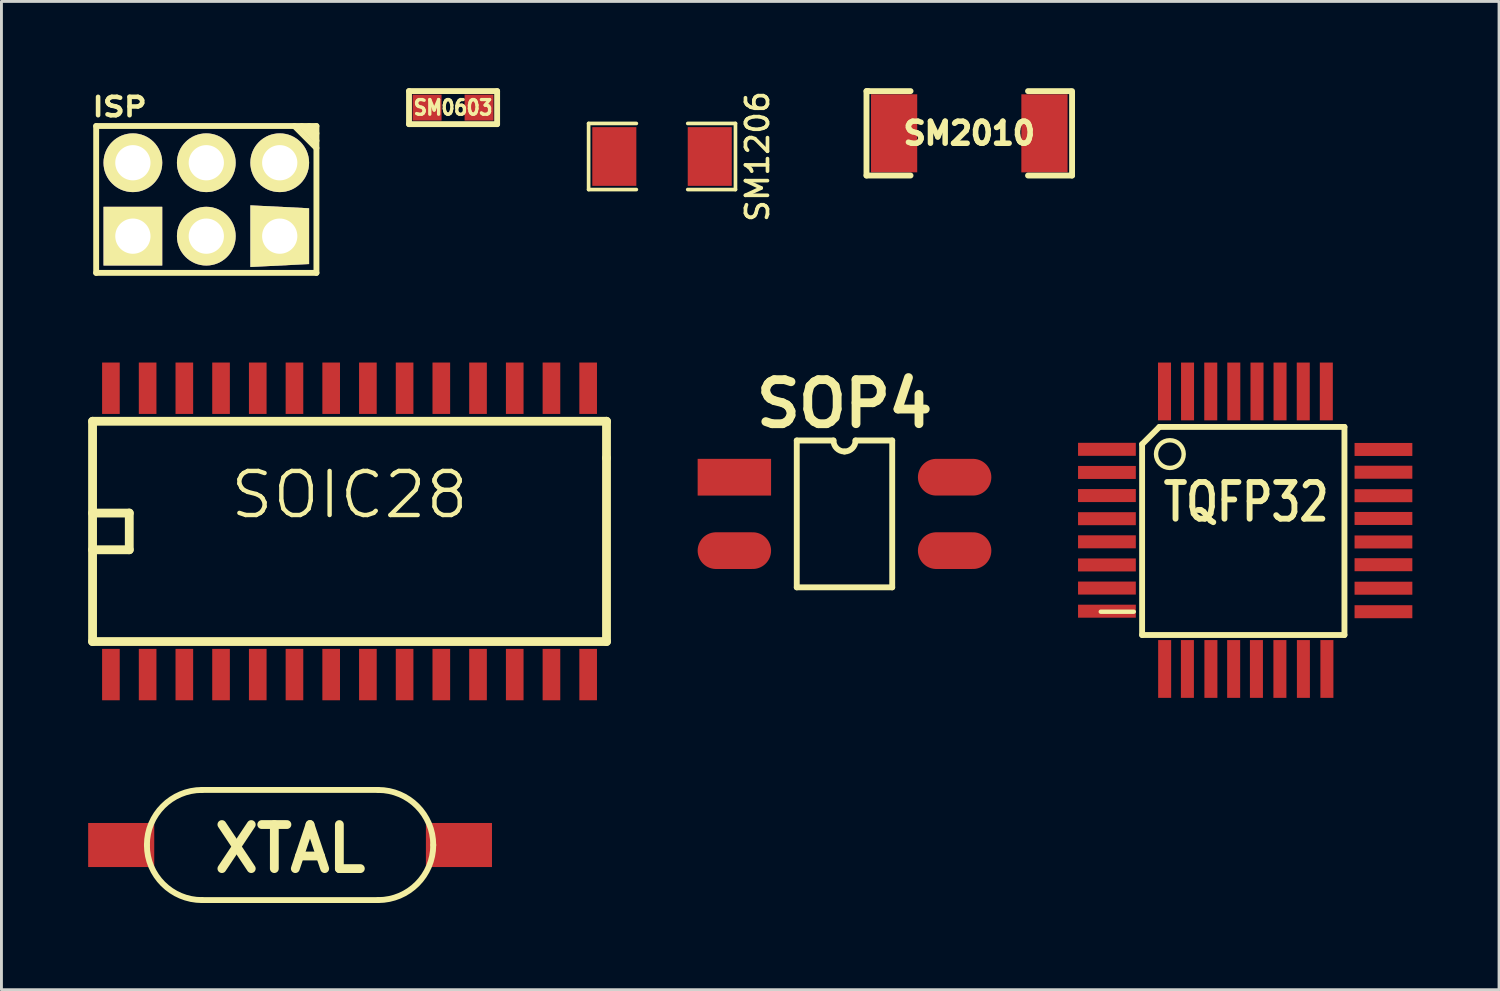
<source format=kicad_pcb>
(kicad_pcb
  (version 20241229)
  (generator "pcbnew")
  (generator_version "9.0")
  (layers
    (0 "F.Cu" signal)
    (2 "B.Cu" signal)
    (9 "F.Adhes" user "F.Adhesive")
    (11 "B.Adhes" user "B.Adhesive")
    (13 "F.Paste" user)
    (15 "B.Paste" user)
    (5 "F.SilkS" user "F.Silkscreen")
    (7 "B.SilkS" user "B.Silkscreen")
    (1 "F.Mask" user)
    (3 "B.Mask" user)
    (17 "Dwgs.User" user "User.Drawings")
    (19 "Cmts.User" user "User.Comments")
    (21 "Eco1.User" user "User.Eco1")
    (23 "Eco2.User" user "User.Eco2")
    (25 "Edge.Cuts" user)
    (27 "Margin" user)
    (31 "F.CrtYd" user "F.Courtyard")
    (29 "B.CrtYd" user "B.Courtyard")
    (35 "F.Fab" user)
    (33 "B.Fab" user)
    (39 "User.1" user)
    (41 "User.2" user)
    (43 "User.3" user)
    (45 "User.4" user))
  (footprint "SM2010"
    (layer "F.Cu")
    (at 30.482 1.562)
    (property "Reference" "SM2010" (at 0 0 0) (layer "F.SilkS") (effects (font (size 0.762 0.762) (thickness 0.191))))
    (attr through_hole)
    (fp_line (start -3.556 1.46) (end -3.556 -1.46) (stroke (width 0.203) (type solid)) (layer "F.SilkS"))
    (fp_line (start -3.493 -1.46) (end -3.556 -1.46) (stroke (width 0.203) (type solid)) (layer "F.SilkS"))
    (fp_line (start -2.032 -1.46) (end -3.493 -1.46) (stroke (width 0.203) (type solid)) (layer "F.SilkS"))
    (fp_line (start -2.032 1.46) (end -3.556 1.46) (stroke (width 0.203) (type solid)) (layer "F.SilkS"))
    (fp_line (start 2.032 -1.46) (end 3.493 -1.46) (stroke (width 0.203) (type solid)) (layer "F.SilkS"))
    (fp_line (start 3.556 -1.46) (end 3.556 1.46) (stroke (width 0.203) (type solid)) (layer "F.SilkS"))
    (fp_line (start 3.556 1.46) (end 2.032 1.46) (stroke (width 0.203) (type solid)) (layer "F.SilkS"))
    (pad "1" smd rect (at -2.601 0) (size 1.6 2.7) (layers "F.Cu" "F.Mask" "F.Paste"))
    (pad "2" smd rect (at 2.601 0) (size 1.6 2.7) (layers "F.Cu" "F.Mask" "F.Paste")))
  (footprint "ISP"
    (layer "F.Cu")
    (at 4.087 3.85)
    (property "Reference" "ISP" (at -3 -3.2 0) (layer "F.SilkS") (effects (font (size 0.635 0.762) (thickness 0.16))))
    (attr through_hole)
    (fp_line (start -3.81 -2.54) (end 3.81 -2.54) (stroke (width 0.203) (type solid)) (layer "F.SilkS"))
    (fp_line (start -3.81 2.54) (end -3.81 -2.54) (stroke (width 0.203) (type solid)) (layer "F.SilkS"))
    (fp_line (start 3.048 -2.54) (end 3.81 -1.778) (stroke (width 0.203) (type solid)) (layer "F.SilkS"))
    (fp_line (start 3.556 -2.54) (end 3.81 -2.286) (stroke (width 0.203) (type solid)) (layer "F.SilkS"))
    (fp_line (start 3.81 -2.54) (end 3.81 2.54) (stroke (width 0.203) (type solid)) (layer "F.SilkS"))
    (fp_line (start 3.81 -2.032) (end 3.302 -2.54) (stroke (width 0.203) (type solid)) (layer "F.SilkS"))
    (fp_line (start 3.81 2.54) (end -3.81 2.54) (stroke (width 0.203) (type solid)) (layer "F.SilkS"))
    (pad "2" thru_hole circle (at -2.54 -1.27) (size 2.032 2.032) (drill 1.219) (layers "*.Cu" "*.Mask" "F.SilkS"))
    (pad "4" thru_hole circle (at 0 1.27) (size 2.032 2.032) (drill 1.219) (layers "*.Cu" "*.Mask" "F.SilkS"))
    (pad "6" thru_hole circle (at 2.54 -1.27) (size 2.032 2.032) (drill 1.219) (layers "*.Cu" "*.Mask" "F.SilkS"))
    (pad "8" thru_hole circle (at 0 -1.27) (size 2.032 2.032) (drill 1.219) (layers "*.Cu" "*.Mask" "F.SilkS"))
    (pad "9" thru_hole trapezoid (at 2.54 1.27) (size 2.032 2.032) (rect_delta 0.102 0) (drill 1.219) (layers "*.Cu" "*.Mask" "F.SilkS"))
    (pad "10" thru_hole rect (at -2.54 1.27) (size 2.032 2.032) (drill 1.219) (layers "*.Cu" "*.Mask" "F.SilkS")))
  (footprint "XTAL"
    (layer "F.Cu")
    (at 4.445 26.183)
    (property "Reference" "XTAL" (at 2.54 0.127 0) (layer "F.SilkS") (effects (font (size 1.524 1.524) (thickness 0.305))))
    (attr through_hole)
    (fp_line (start -0.508 -1.905) (end 5.588 -1.905) (stroke (width 0.203) (type solid)) (layer "F.SilkS"))
    (fp_line (start -0.508 1.905) (end 5.588 1.905) (stroke (width 0.203) (type solid)) (layer "F.SilkS"))
    (fp_arc (start -2.413 0) (mid -1.855038 -1.347038) (end -0.508 -1.905) (stroke (width 0.2032) (type solid)) (layer "F.SilkS"))
    (fp_arc (start -0.508 1.905) (mid -1.855038 1.347038) (end -2.413 0) (stroke (width 0.2032) (type solid)) (layer "F.SilkS"))
    (fp_arc (start 5.588 -1.905) (mid 6.935038 -1.347038) (end 7.493 0) (stroke (width 0.2032) (type solid)) (layer "F.SilkS"))
    (fp_arc (start 7.493 0) (mid 6.935038 1.347038) (end 5.588 1.905) (stroke (width 0.2032) (type solid)) (layer "F.SilkS"))
    (pad "1" smd rect (at -3.302 0) (size 2.286 1.524) (layers "F.Cu" "F.Mask" "F.Paste"))
    (pad "2" smd rect (at 8.382 0) (size 2.286 1.524) (layers "F.Cu" "F.Mask" "F.Paste")))
  (footprint "SM0603"
    (layer "F.Cu")
    (at 12.624 0.673)
    (property "Reference" "SM0603" (at 0 0 0) (layer "F.SilkS") (effects (font (size 0.508 0.457) (thickness 0.114))))
    (attr smd)
    (fp_line (start -1.524 -0.572) (end -1.524 0.572) (stroke (width 0.203) (type solid)) (layer "F.SilkS"))
    (fp_line (start -1.524 0.572) (end 1.524 0.572) (stroke (width 0.203) (type solid)) (layer "F.SilkS"))
    (fp_line (start 1.524 -0.572) (end -1.524 -0.572) (stroke (width 0.203) (type solid)) (layer "F.SilkS"))
    (fp_line (start 1.524 0.572) (end 1.524 -0.572) (stroke (width 0.203) (type solid)) (layer "F.SilkS"))
    (pad "1" smd rect (at -0.899 0) (size 1.001 0.899) (layers "F.Cu" "F.Mask" "F.Paste"))
    (pad "2" smd rect (at 0.899 0) (size 1.001 0.899) (layers "F.Cu" "F.Mask" "F.Paste")))
  (footprint "TQFP32"
    (layer "F.Cu")
    (at 40.06 15.318)
    (property "Reference" "TQFP32" (at 0 -1.001 0) (layer "F.SilkS") (effects (font (size 1.27 1.016) (thickness 0.203))))
    (attr through_hole)
    (fp_line (start -5.029 2.794) (end -3.886 2.794) (stroke (width 0.152) (type solid)) (layer "F.SilkS"))
    (fp_line (start -3.599 -3) (end -3 -3.599) (stroke (width 0.203) (type solid)) (layer "F.SilkS"))
    (fp_line (start -3.599 3.599) (end -3.599 -3) (stroke (width 0.203) (type solid)) (layer "F.SilkS"))
    (fp_line (start -3 -3.599) (end 3.401 -3.599) (stroke (width 0.203) (type solid)) (layer "F.SilkS"))
    (fp_line (start 3.401 -3.599) (end 3.401 3.599) (stroke (width 0.203) (type solid)) (layer "F.SilkS"))
    (fp_line (start 3.401 3.599) (end -3.599 3.599) (stroke (width 0.203) (type solid)) (layer "F.SilkS"))
    (fp_circle (center -2.639 -2.659) (end -2.233 -2.405) (stroke (width 0.152) (type solid)) (fill no) (layer "F.SilkS"))
    (pad "1" smd rect (at -4.816 -2.824) (size 1.999 0.45) (layers "F.Cu" "F.Mask" "F.Paste"))
    (pad "2" smd rect (at -4.816 -2.024) (size 1.999 0.45) (layers "F.Cu" "F.Mask" "F.Paste"))
    (pad "3" smd rect (at -4.816 -1.224) (size 1.999 0.45) (layers "F.Cu" "F.Mask" "F.Paste"))
    (pad "4" smd rect (at -4.816 -0.424) (size 1.999 0.45) (layers "F.Cu" "F.Mask" "F.Paste"))
    (pad "5" smd rect (at -4.816 0.376) (size 1.999 0.45) (layers "F.Cu" "F.Mask" "F.Paste"))
    (pad "6" smd rect (at -4.816 1.176) (size 1.999 0.45) (layers "F.Cu" "F.Mask" "F.Paste"))
    (pad "7" smd rect (at -4.816 1.976) (size 1.999 0.45) (layers "F.Cu" "F.Mask" "F.Paste"))
    (pad "8" smd rect (at -4.816 2.776) (size 1.999 0.45) (layers "F.Cu" "F.Mask" "F.Paste"))
    (pad "9" smd rect (at -2.819 4.775) (size 0.45 1.999) (layers "F.Cu" "F.Mask" "F.Paste"))
    (pad "10" smd rect (at -2.032 4.775) (size 0.45 1.999) (layers "F.Cu" "F.Mask" "F.Paste"))
    (pad "11" smd rect (at -1.219 4.775) (size 0.45 1.999) (layers "F.Cu" "F.Mask" "F.Paste"))
    (pad "12" smd rect (at -0.432 4.775) (size 0.45 1.999) (layers "F.Cu" "F.Mask" "F.Paste"))
    (pad "13" smd rect (at 0.356 4.775) (size 0.45 1.999) (layers "F.Cu" "F.Mask" "F.Paste"))
    (pad "14" smd rect (at 1.168 4.775) (size 0.45 1.999) (layers "F.Cu" "F.Mask" "F.Paste"))
    (pad "15" smd rect (at 1.981 4.775) (size 0.45 1.999) (layers "F.Cu" "F.Mask" "F.Paste"))
    (pad "16" smd rect (at 2.794 4.775) (size 0.45 1.999) (layers "F.Cu" "F.Mask" "F.Paste"))
    (pad "17" smd rect (at 4.75 2.794) (size 1.999 0.45) (layers "F.Cu" "F.Mask" "F.Paste"))
    (pad "18" smd rect (at 4.75 1.981) (size 1.999 0.45) (layers "F.Cu" "F.Mask" "F.Paste"))
    (pad "19" smd rect (at 4.75 1.168) (size 1.999 0.45) (layers "F.Cu" "F.Mask" "F.Paste"))
    (pad "20" smd rect (at 4.75 0.381) (size 1.999 0.45) (layers "F.Cu" "F.Mask" "F.Paste"))
    (pad "21" smd rect (at 4.75 -0.432) (size 1.999 0.45) (layers "F.Cu" "F.Mask" "F.Paste"))
    (pad "22" smd rect (at 4.75 -1.219) (size 1.999 0.45) (layers "F.Cu" "F.Mask" "F.Paste"))
    (pad "23" smd rect (at 4.75 -2.032) (size 1.999 0.45) (layers "F.Cu" "F.Mask" "F.Paste"))
    (pad "24" smd rect (at 4.75 -2.819) (size 1.999 0.45) (layers "F.Cu" "F.Mask" "F.Paste"))
    (pad "25" smd rect (at 2.774 -4.826) (size 0.45 1.999) (layers "F.Cu" "F.Mask" "F.Paste"))
    (pad "26" smd rect (at 1.976 -4.826) (size 0.45 1.999) (layers "F.Cu" "F.Mask" "F.Paste"))
    (pad "27" smd rect (at 1.173 -4.826) (size 0.45 1.999) (layers "F.Cu" "F.Mask" "F.Paste"))
    (pad "28" smd rect (at 0.376 -4.826) (size 0.45 1.999) (layers "F.Cu" "F.Mask" "F.Paste"))
    (pad "29" smd rect (at -0.427 -4.826) (size 0.45 1.999) (layers "F.Cu" "F.Mask" "F.Paste"))
    (pad "30" smd rect (at -1.224 -4.826) (size 0.45 1.999) (layers "F.Cu" "F.Mask" "F.Paste"))
    (pad "31" smd rect (at -2.027 -4.826) (size 0.45 1.999) (layers "F.Cu" "F.Mask" "F.Paste"))
    (pad "32" smd rect (at -2.824 -4.826) (size 0.45 1.999) (layers "F.Cu" "F.Mask" "F.Paste")))
  (footprint "SOP4"
    (layer "F.Cu")
    (at 26.165 14.729)
    (property "Reference" "SOP4" (at 0 -3.81 0) (layer "F.SilkS") (effects (font (size 1.524 1.524) (thickness 0.305))))
    (attr through_hole)
    (fp_line (start -1.651 -2.54) (end -1.651 2.54) (stroke (width 0.203) (type solid)) (layer "F.SilkS"))
    (fp_line (start -1.651 2.54) (end 1.651 2.54) (stroke (width 0.203) (type solid)) (layer "F.SilkS"))
    (fp_line (start -0.381 -2.54) (end -1.651 -2.54) (stroke (width 0.203) (type solid)) (layer "F.SilkS"))
    (fp_line (start 0.381 -2.54) (end 1.651 -2.54) (stroke (width 0.203) (type solid)) (layer "F.SilkS"))
    (fp_line (start 1.651 2.54) (end 1.651 -2.54) (stroke (width 0.203) (type solid)) (layer "F.SilkS"))
    (fp_arc (start 0 -2.159) (mid -0.269408 -2.270592) (end -0.381 -2.54) (stroke (width 0.2032) (type solid)) (layer "F.SilkS"))
    (fp_arc (start 0.381 -2.54) (mid 0.269408 -2.270592) (end 0 -2.159) (stroke (width 0.2032) (type solid)) (layer "F.SilkS"))
    (pad "1" smd rect (at -3.81 -1.27) (size 2.54 1.27) (layers "F.Cu" "F.Mask" "F.Paste"))
    (pad "2" smd oval (at -3.81 1.27) (size 2.54 1.27) (layers "F.Cu" "F.Mask" "F.Paste"))
    (pad "3" smd oval (at 3.81 -1.27) (size 2.54 1.27) (layers "F.Cu" "F.Mask" "F.Paste"))
    (pad "4" smd oval (at 3.81 1.27) (size 2.54 1.27) (layers "F.Cu" "F.Mask" "F.Paste")))
  (footprint "SM1206"
    (layer "F.Cu")
    (at 19.853 2.364)
    (property "Reference" "SM1206" (at 3.302 0 90) (layer "F.SilkS") (effects (font (size 0.762 0.762) (thickness 0.127))))
    (attr smd)
    (fp_line (start -2.54 -1.143) (end -2.54 1.143) (stroke (width 0.127) (type solid)) (layer "F.SilkS"))
    (fp_line (start -2.54 1.143) (end -0.889 1.143) (stroke (width 0.127) (type solid)) (layer "F.SilkS"))
    (fp_line (start -0.889 -1.143) (end -2.54 -1.143) (stroke (width 0.127) (type solid)) (layer "F.SilkS"))
    (fp_line (start 0.889 -1.143) (end 2.54 -1.143) (stroke (width 0.127) (type solid)) (layer "F.SilkS"))
    (fp_line (start 2.54 -1.143) (end 2.54 1.143) (stroke (width 0.127) (type solid)) (layer "F.SilkS"))
    (fp_line (start 2.54 1.143) (end 0.889 1.143) (stroke (width 0.127) (type solid)) (layer "F.SilkS"))
    (pad "1" smd rect (at -1.651 0) (size 1.524 2.032) (layers "F.Cu" "F.Mask" "F.Paste"))
    (pad "2" smd rect (at 1.651 0) (size 1.524 2.032) (layers "F.Cu" "F.Mask" "F.Paste")))
  (footprint "SOIC28"
    (layer "F.Cu")
    (at 9.042 15.334)
    (property "Reference" "SOIC28" (at 0 -1.265 0) (layer "F.SilkS") (effects (font (size 1.524 1.524) (thickness 0.152))))
    (attr smd)
    (fp_line (start -8.89 -3.81) (end 8.89 -3.81) (stroke (width 0.305) (type solid)) (layer "F.SilkS"))
    (fp_line (start -8.89 -0.635) (end -7.62 -0.635) (stroke (width 0.305) (type solid)) (layer "F.SilkS"))
    (fp_line (start -8.89 3.81) (end -8.89 -3.81) (stroke (width 0.305) (type solid)) (layer "F.SilkS"))
    (fp_line (start -7.62 -0.635) (end -7.62 0.635) (stroke (width 0.305) (type solid)) (layer "F.SilkS"))
    (fp_line (start -7.62 0.635) (end -8.89 0.635) (stroke (width 0.305) (type solid)) (layer "F.SilkS"))
    (fp_line (start 8.89 -3.81) (end 8.89 -2.54) (stroke (width 0.305) (type solid)) (layer "F.SilkS"))
    (fp_line (start 8.89 -2.54) (end 8.89 3.81) (stroke (width 0.305) (type solid)) (layer "F.SilkS"))
    (fp_line (start 8.89 3.81) (end -8.89 3.81) (stroke (width 0.305) (type solid)) (layer "F.SilkS"))
    (pad "1" smd rect (at -8.255 4.953) (size 0.61 1.778) (layers "F.Cu" "F.Mask" "F.Paste"))
    (pad "2" smd rect (at -6.985 4.953) (size 0.61 1.778) (layers "F.Cu" "F.Mask" "F.Paste"))
    (pad "3" smd rect (at -5.715 4.953) (size 0.61 1.778) (layers "F.Cu" "F.Mask" "F.Paste"))
    (pad "4" smd rect (at -4.445 4.953) (size 0.61 1.778) (layers "F.Cu" "F.Mask" "F.Paste"))
    (pad "5" smd rect (at -3.175 4.953) (size 0.61 1.778) (layers "F.Cu" "F.Mask" "F.Paste"))
    (pad "6" smd rect (at -1.905 4.953) (size 0.61 1.778) (layers "F.Cu" "F.Mask" "F.Paste"))
    (pad "7" smd rect (at -0.635 4.953) (size 0.61 1.778) (layers "F.Cu" "F.Mask" "F.Paste"))
    (pad "8" smd rect (at 0.635 4.953) (size 0.61 1.778) (layers "F.Cu" "F.Mask" "F.Paste"))
    (pad "9" smd rect (at 1.905 4.953) (size 0.61 1.778) (layers "F.Cu" "F.Mask" "F.Paste"))
    (pad "10" smd rect (at 3.175 4.953) (size 0.61 1.778) (layers "F.Cu" "F.Mask" "F.Paste"))
    (pad "11" smd rect (at 4.445 4.953) (size 0.61 1.778) (layers "F.Cu" "F.Mask" "F.Paste"))
    (pad "12" smd rect (at 5.715 4.953) (size 0.61 1.778) (layers "F.Cu" "F.Mask" "F.Paste"))
    (pad "13" smd rect (at 6.985 4.953) (size 0.61 1.778) (layers "F.Cu" "F.Mask" "F.Paste"))
    (pad "14" smd rect (at 8.255 4.953) (size 0.61 1.778) (layers "F.Cu" "F.Mask" "F.Paste"))
    (pad "15" smd rect (at 8.255 -4.953) (size 0.61 1.778) (layers "F.Cu" "F.Mask" "F.Paste"))
    (pad "16" smd rect (at 6.985 -4.953) (size 0.61 1.778) (layers "F.Cu" "F.Mask" "F.Paste"))
    (pad "17" smd rect (at 5.715 -4.953) (size 0.61 1.778) (layers "F.Cu" "F.Mask" "F.Paste"))
    (pad "18" smd rect (at 4.445 -4.953) (size 0.61 1.778) (layers "F.Cu" "F.Mask" "F.Paste"))
    (pad "19" smd rect (at 3.175 -4.953) (size 0.61 1.778) (layers "F.Cu" "F.Mask" "F.Paste"))
    (pad "20" smd rect (at 1.905 -4.953) (size 0.61 1.778) (layers "F.Cu" "F.Mask" "F.Paste"))
    (pad "21" smd rect (at 0.635 -4.953) (size 0.61 1.778) (layers "F.Cu" "F.Mask" "F.Paste"))
    (pad "22" smd rect (at -0.635 -4.953) (size 0.61 1.778) (layers "F.Cu" "F.Mask" "F.Paste"))
    (pad "23" smd rect (at -1.905 -4.953) (size 0.61 1.778) (layers "F.Cu" "F.Mask" "F.Paste"))
    (pad "24" smd rect (at -3.175 -4.953) (size 0.61 1.778) (layers "F.Cu" "F.Mask" "F.Paste"))
    (pad "25" smd rect (at -4.445 -4.953) (size 0.61 1.778) (layers "F.Cu" "F.Mask" "F.Paste"))
    (pad "26" smd rect (at -5.715 -4.953) (size 0.61 1.778) (layers "F.Cu" "F.Mask" "F.Paste"))
    (pad "27" smd rect (at -6.985 -4.953) (size 0.61 1.778) (layers "F.Cu" "F.Mask" "F.Paste"))
    (pad "28" smd rect (at -8.255 -4.953) (size 0.61 1.778) (layers "F.Cu" "F.Mask" "F.Paste")))
  (gr_rect
    (start -3 -3)
    (end 48.809 31.189)
    (stroke (width 0.1) (type default))
    (fill no)
    (layer "Edge.Cuts")))
</source>
